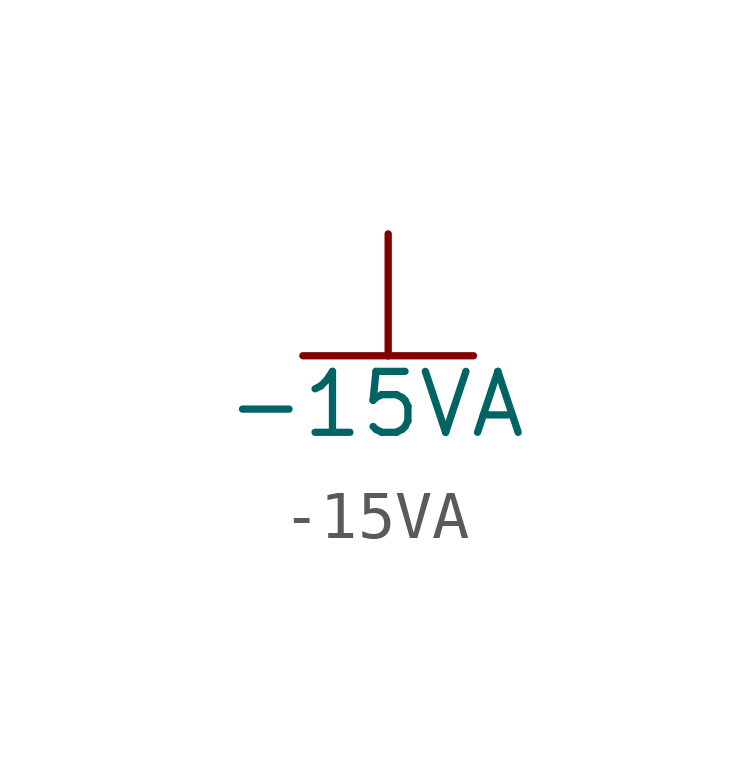
<source format=kicad_sym>
(kicad_symbol_lib
  (version 20231120)
  (generator "kicad_symbol_editor")
  (generator_version "8.0")
  (symbol "-15VA"
    (power)
    (pin_numbers hide)
    (pin_names
      (offset 0) hide)
    (property "Reference" "#PWR"
      (at 0 -7.112 0)
      (effects (font (size 1.27 1.27)) (hide yes)))
    (property "Value" "-15VA"
      (at -0.254 -3.556 0)
      (effects (font (size 1.27 1.27))))
    (property "Footprint" ""
      (at 0 0 0)
      (effects (font (size 1.524 1.524))))
    (property "Datasheet" ""
      (at 0 0 0)
      (effects (font (size 1.524 1.524))))
    (symbol "-15VA_0_1"
      (polyline (pts (xy -1.778 -2.54) (xy 0 -2.54)) (stroke (width 0) (type default)) (fill (type none)))
      (polyline (pts (xy 0 -2.54) (xy 0 0)) (stroke (width 0) (type default)) (fill (type none)))
      (polyline (pts (xy 0 -2.54) (xy 1.778 -2.54)) (stroke (width 0) (type default)) (fill (type none))))
    (symbol "-15VA_1_1"
      (pin power_in line (at 0 0 270) (length 0) hide (name "-15VA" (effects (font (size 1.27 1.27)))) (number "1" (effects (font (size 1.27 1.27))))))))
</source>
